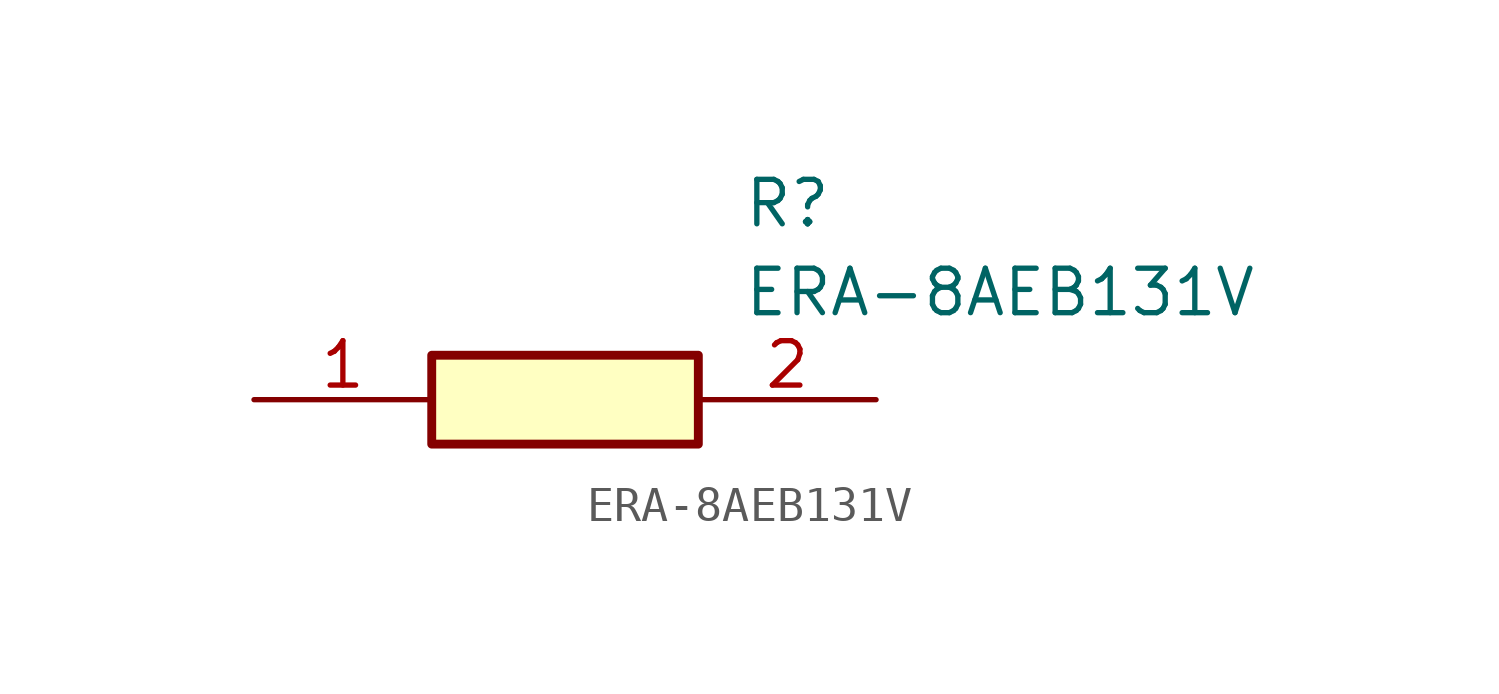
<source format=kicad_sym>
(kicad_symbol_lib
  (version 20220914)
  (generator kicad_symbol_editor)
  (symbol "ERA-8AEB131V"
    (pin_names hide)
    (property "Reference" "R"
      (at 13.97 6.35 0)
      (effects (font (size 1.27 1.27)) (justify left top)))
    (property "Value" "ERA-8AEB131V"
      (at 13.97 3.81 0)
      (effects (font (size 1.27 1.27)) (justify left top)))
    (symbol "ERA-8AEB131V_1_1"
      (rectangle (start 5.08 1.27) (end 12.7 -1.27) (stroke (width 0.254) (type default)) (fill (type background)))
      (pin passive line (at 0 0 0) (length 5.08) (name "1" (effects (font (size 1.27 1.27)))) (number "1" (effects (font (size 1.27 1.27)))))
      (pin passive line (at 17.78 0 180) (length 5.08) (name "2" (effects (font (size 1.27 1.27)))) (number "2" (effects (font (size 1.27 1.27))))))))
</source>
